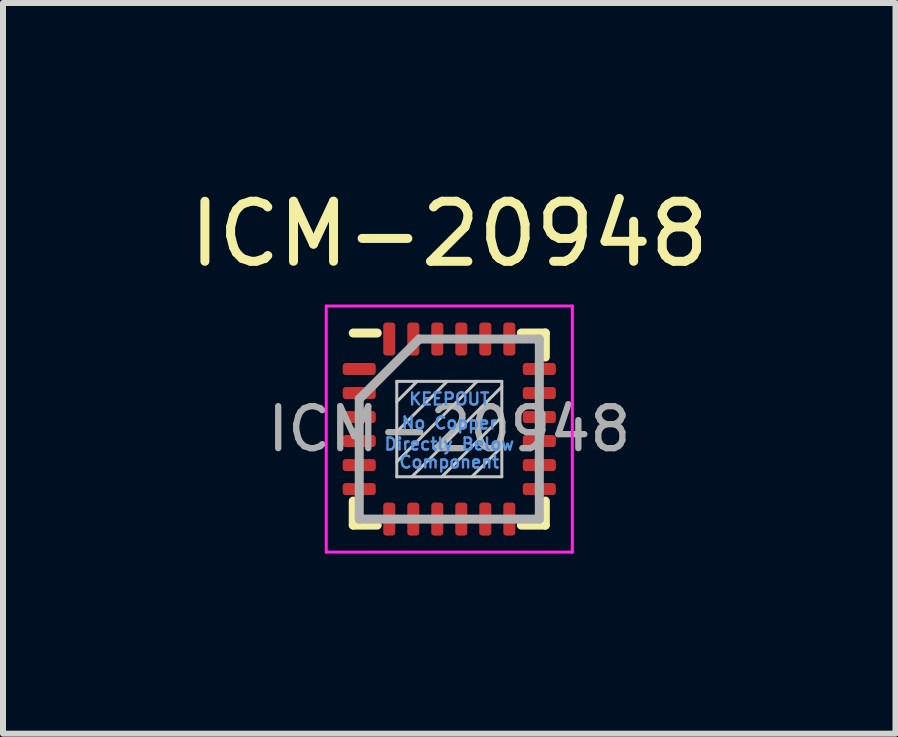
<source format=kicad_pcb>
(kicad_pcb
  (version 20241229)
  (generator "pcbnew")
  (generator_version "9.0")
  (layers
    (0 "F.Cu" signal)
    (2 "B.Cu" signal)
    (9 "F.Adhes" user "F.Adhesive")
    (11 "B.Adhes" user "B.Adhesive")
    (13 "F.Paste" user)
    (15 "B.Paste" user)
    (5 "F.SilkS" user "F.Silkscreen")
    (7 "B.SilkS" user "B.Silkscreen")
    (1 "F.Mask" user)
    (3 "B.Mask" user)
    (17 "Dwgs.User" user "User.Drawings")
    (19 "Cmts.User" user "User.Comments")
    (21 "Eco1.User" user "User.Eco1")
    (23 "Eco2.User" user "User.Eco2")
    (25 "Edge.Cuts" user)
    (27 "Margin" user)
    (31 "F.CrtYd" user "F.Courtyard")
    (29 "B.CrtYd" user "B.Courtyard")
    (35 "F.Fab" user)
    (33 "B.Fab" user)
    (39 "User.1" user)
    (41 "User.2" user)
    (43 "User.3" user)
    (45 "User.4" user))
  (footprint "ICM-20948"
    (layer "F.Cu")
    (at 4.435 4.098)
    (property "Reference" "ICM-20948" (at 0 -3.25 0) (layer "F.SilkS") (effects (font (size 1 1) (thickness 0.15))))
    (attr smd)
    (fp_line (start -1.6 -1.6) (end -1.2 -1.6) (stroke (width 0.15) (type solid)) (layer "F.SilkS"))
    (fp_line (start -1.6 1.6) (end -1.6 1.2) (stroke (width 0.15) (type solid)) (layer "F.SilkS"))
    (fp_line (start -1.6 1.6) (end -1.2 1.6) (stroke (width 0.15) (type solid)) (layer "F.SilkS"))
    (fp_line (start 1.6 -1.6) (end 1.2 -1.6) (stroke (width 0.15) (type solid)) (layer "F.SilkS"))
    (fp_line (start 1.6 -1.6) (end 1.6 -1.2) (stroke (width 0.15) (type solid)) (layer "F.SilkS"))
    (fp_line (start 1.6 1.6) (end 1.2 1.6) (stroke (width 0.15) (type solid)) (layer "F.SilkS"))
    (fp_line (start 1.6 1.6) (end 1.6 1.2) (stroke (width 0.15) (type solid)) (layer "F.SilkS"))
    (fp_line (start -0.875 -0.795) (end -0.875 0.795) (stroke (width 0.05) (type solid)) (layer "Dwgs.User"))
    (fp_line (start -0.875 -0.795) (end 0.875 -0.795) (stroke (width 0.05) (type solid)) (layer "Dwgs.User"))
    (fp_line (start -0.875 0.795) (end 0.875 0.795) (stroke (width 0.05) (type solid)) (layer "Dwgs.User"))
    (fp_line (start -0.535 -0.795) (end -0.875 -0.455) (stroke (width 0.05) (type solid)) (layer "Dwgs.User"))
    (fp_line (start -0.035 -0.795) (end -0.875 0.045) (stroke (width 0.05) (type solid)) (layer "Dwgs.User"))
    (fp_line (start 0.465 -0.795) (end -0.875 0.545) (stroke (width 0.05) (type solid)) (layer "Dwgs.User"))
    (fp_line (start 0.875 -0.795) (end 0.875 0.795) (stroke (width 0.05) (type solid)) (layer "Dwgs.User"))
    (fp_line (start 0.875 -0.705) (end -0.625 0.795) (stroke (width 0.05) (type solid)) (layer "Dwgs.User"))
    (fp_line (start 0.875 -0.205) (end -0.125 0.795) (stroke (width 0.05) (type solid)) (layer "Dwgs.User"))
    (fp_line (start 0.875 0.295) (end 0.375 0.795) (stroke (width 0.05) (type solid)) (layer "Dwgs.User"))
    (fp_line (start -2.05 -2.05) (end 2.05 -2.05) (stroke (width 0.05) (type solid)) (layer "F.CrtYd"))
    (fp_line (start -2.05 2.05) (end -2.05 -2.05) (stroke (width 0.05) (type solid)) (layer "F.CrtYd"))
    (fp_line (start 2.05 -2.05) (end 2.05 2.05) (stroke (width 0.05) (type solid)) (layer "F.CrtYd"))
    (fp_line (start 2.05 2.05) (end -2.05 2.05) (stroke (width 0.05) (type solid)) (layer "F.CrtYd"))
    (fp_line (start -1.5 -0.5) (end -0.5 -1.5) (stroke (width 0.15) (type solid)) (layer "F.Fab"))
    (fp_line (start -1.5 1.5) (end -1.5 -0.5) (stroke (width 0.15) (type solid)) (layer "F.Fab"))
    (fp_line (start -0.5 -1.5) (end 1.5 -1.5) (stroke (width 0.15) (type solid)) (layer "F.Fab"))
    (fp_line (start 1.5 -1.5) (end 1.5 1.5) (stroke (width 0.15) (type solid)) (layer "F.Fab"))
    (fp_line (start 1.5 1.5) (end -1.5 1.5) (stroke (width 0.15) (type solid)) (layer "F.Fab"))
    (fp_text user "Directly Below" (at 0 0.25 0) (layer "Cmts.User") (effects (font (size 0.2 0.2) (thickness 0.04))))
    (fp_text user "No Copper" (at 0 -0.1 0) (layer "Cmts.User") (effects (font (size 0.2 0.2) (thickness 0.04))))
    (fp_text user "KEEPOUT" (at 0 -0.5 0) (layer "Cmts.User") (effects (font (size 0.2 0.2) (thickness 0.04))))
    (fp_text user "Component" (at 0 0.55 0) (layer "Cmts.User") (effects (font (size 0.2 0.2) (thickness 0.04))))
    (fp_text user "${REFERENCE}" (at 0 0 0) (layer "F.Fab") (effects (font (size 0.7 0.7) (thickness 0.105))))
    (pad "1" smd roundrect (at -1.5 -1) (size 0.55 0.2) (layers "F.Cu" "F.Mask" "F.Paste") (roundrect_rratio 0.25))
    (pad "2" smd roundrect (at -1.5 -0.6) (size 0.55 0.2) (layers "F.Cu" "F.Mask" "F.Paste") (roundrect_rratio 0.25))
    (pad "3" smd roundrect (at -1.5 -0.2) (size 0.55 0.2) (layers "F.Cu" "F.Mask" "F.Paste") (roundrect_rratio 0.25))
    (pad "4" smd roundrect (at -1.5 0.2) (size 0.55 0.2) (layers "F.Cu" "F.Mask" "F.Paste") (roundrect_rratio 0.25))
    (pad "5" smd roundrect (at -1.5 0.6) (size 0.55 0.2) (layers "F.Cu" "F.Mask" "F.Paste") (roundrect_rratio 0.25))
    (pad "6" smd roundrect (at -1.5 1) (size 0.55 0.2) (layers "F.Cu" "F.Mask" "F.Paste") (roundrect_rratio 0.25))
    (pad "7" smd roundrect (at -1 1.5 90) (size 0.55 0.2) (layers "F.Cu" "F.Mask" "F.Paste") (roundrect_rratio 0.25))
    (pad "8" smd roundrect (at -0.6 1.5 90) (size 0.55 0.2) (layers "F.Cu" "F.Mask" "F.Paste") (roundrect_rratio 0.25))
    (pad "9" smd roundrect (at -0.2 1.5 90) (size 0.55 0.2) (layers "F.Cu" "F.Mask" "F.Paste") (roundrect_rratio 0.25))
    (pad "10" smd roundrect (at 0.2 1.5 90) (size 0.55 0.2) (layers "F.Cu" "F.Mask" "F.Paste") (roundrect_rratio 0.25))
    (pad "11" smd roundrect (at 0.6 1.5 90) (size 0.55 0.2) (layers "F.Cu" "F.Mask" "F.Paste") (roundrect_rratio 0.25))
    (pad "12" smd roundrect (at 1 1.5 90) (size 0.55 0.2) (layers "F.Cu" "F.Mask" "F.Paste") (roundrect_rratio 0.25))
    (pad "13" smd roundrect (at 1.5 1) (size 0.55 0.2) (layers "F.Cu" "F.Mask" "F.Paste") (roundrect_rratio 0.25))
    (pad "14" smd roundrect (at 1.5 0.6) (size 0.55 0.2) (layers "F.Cu" "F.Mask" "F.Paste") (roundrect_rratio 0.25))
    (pad "15" smd roundrect (at 1.5 0.2) (size 0.55 0.2) (layers "F.Cu" "F.Mask" "F.Paste") (roundrect_rratio 0.25))
    (pad "16" smd roundrect (at 1.5 -0.2) (size 0.55 0.2) (layers "F.Cu" "F.Mask" "F.Paste") (roundrect_rratio 0.25))
    (pad "17" smd roundrect (at 1.5 -0.6) (size 0.55 0.2) (layers "F.Cu" "F.Mask" "F.Paste") (roundrect_rratio 0.25))
    (pad "18" smd roundrect (at 1.5 -1) (size 0.55 0.2) (layers "F.Cu" "F.Mask" "F.Paste") (roundrect_rratio 0.25))
    (pad "19" smd roundrect (at 1 -1.5 90) (size 0.55 0.2) (layers "F.Cu" "F.Mask" "F.Paste") (roundrect_rratio 0.25))
    (pad "20" smd roundrect (at 0.6 -1.5 90) (size 0.55 0.2) (layers "F.Cu" "F.Mask" "F.Paste") (roundrect_rratio 0.25))
    (pad "21" smd roundrect (at 0.2 -1.5 90) (size 0.55 0.2) (layers "F.Cu" "F.Mask" "F.Paste") (roundrect_rratio 0.25))
    (pad "22" smd roundrect (at -0.2 -1.5 90) (size 0.55 0.2) (layers "F.Cu" "F.Mask" "F.Paste") (roundrect_rratio 0.25))
    (pad "23" smd roundrect (at -0.6 -1.5 90) (size 0.55 0.2) (layers "F.Cu" "F.Mask" "F.Paste") (roundrect_rratio 0.25))
    (pad "24" smd roundrect (at -1 -1.5 90) (size 0.55 0.2) (layers "F.Cu" "F.Mask" "F.Paste") (roundrect_rratio 0.25)))
  (gr_rect
    (start -3 -3)
    (end 11.869 9.173)
    (stroke (width 0.1) (type default))
    (fill no)
    (layer "Edge.Cuts")))
</source>
